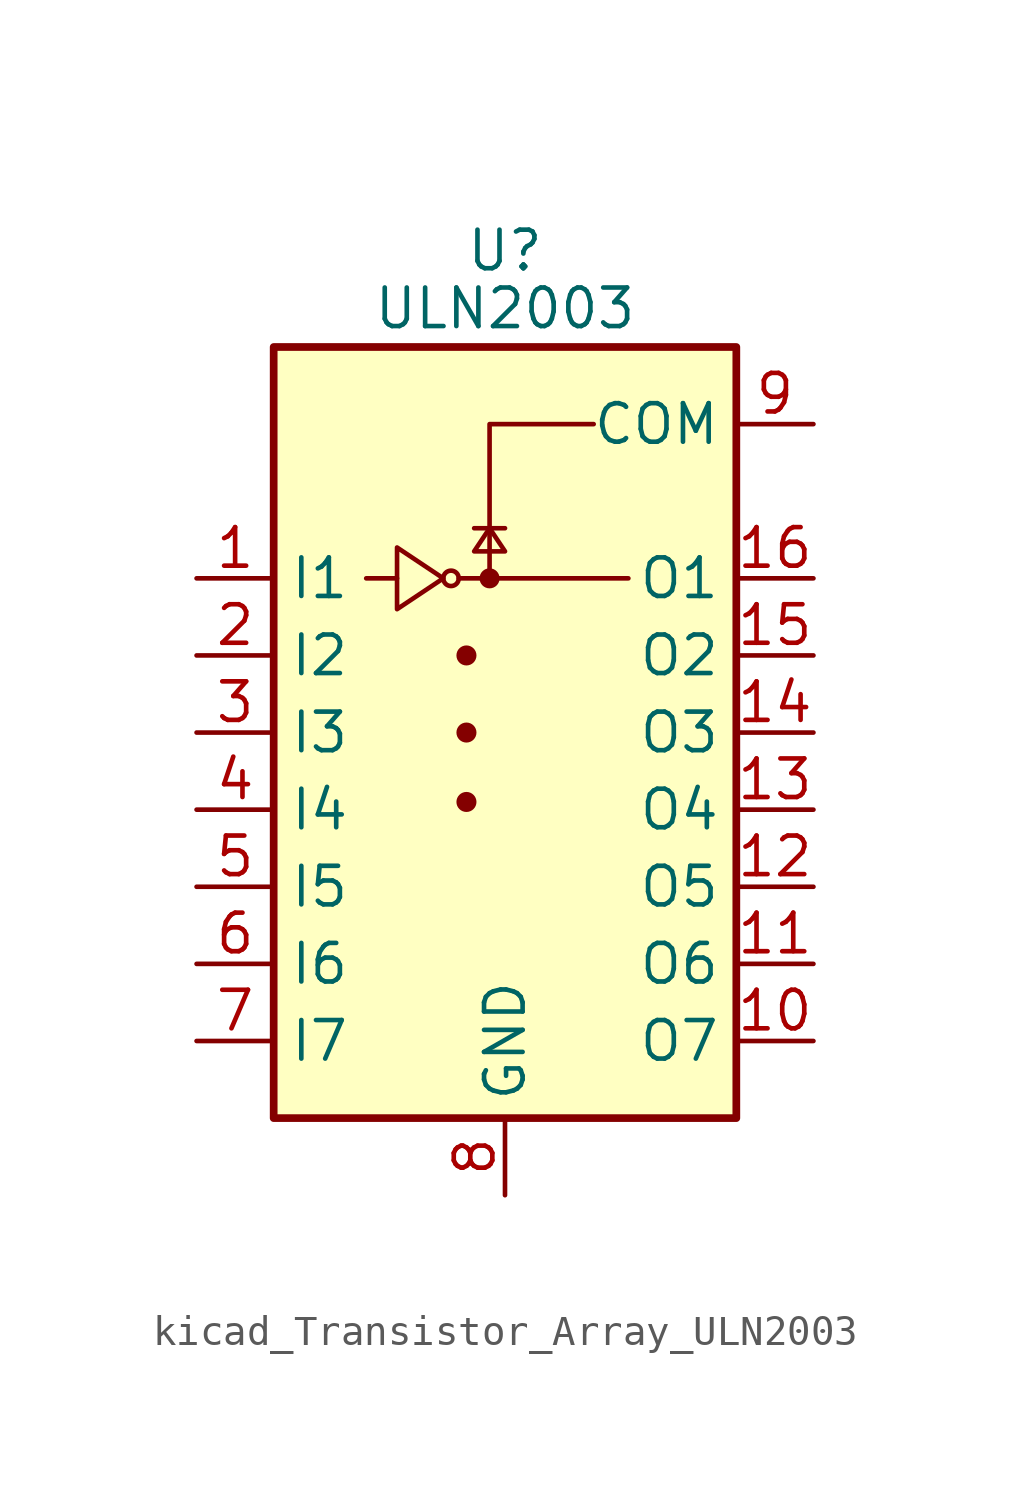
<source format=kicad_sym>
(kicad_symbol_lib
  (version 20220914)
  (generator kicad_symbol_editor)
  (symbol "kicad_Transistor_Array_ULN2003"
    (property "Reference" "U"
      (at 0 15.875 0)
      (effects (font (size 1.27 1.27))))
    (property "Value" "ULN2003"
      (at 0 13.97 0)
      (effects (font (size 1.27 1.27))))
    (symbol "kicad_Transistor_Array_ULN2003_0_1"
      (rectangle (start -7.62 -12.7) (end 7.62 12.7) (stroke (width 0.254) (type default)) (fill (type background)))
      (circle (center -1.778 5.08) (radius 0.254) (stroke (width 0) (type default)) (fill (type none)))
      (circle (center -1.27 -2.286) (radius 0.254) (stroke (width 0) (type default)) (fill (type outline)))
      (circle (center -1.27 0) (radius 0.254) (stroke (width 0) (type default)) (fill (type outline)))
      (circle (center -1.27 2.54) (radius 0.254) (stroke (width 0) (type default)) (fill (type outline)))
      (circle (center -0.508 5.08) (radius 0.254) (stroke (width 0) (type default)) (fill (type outline)))
      (polyline (pts (xy -4.572 5.08) (xy -3.556 5.08)) (stroke (width 0) (type default)) (fill (type none)))
      (polyline (pts (xy -1.524 5.08) (xy 4.064 5.08)) (stroke (width 0) (type default)) (fill (type none)))
      (polyline (pts (xy 0 6.731) (xy -1.016 6.731)) (stroke (width 0) (type default)) (fill (type none)))
      (polyline (pts (xy -0.508 5.08) (xy -0.508 10.16) (xy 2.921 10.16)) (stroke (width 0) (type default)) (fill (type none)))
      (polyline (pts (xy -3.556 6.096) (xy -3.556 4.064) (xy -2.032 5.08) (xy -3.556 6.096)) (stroke (width 0) (type default)) (fill (type none)))
      (polyline (pts (xy 0 5.969) (xy -1.016 5.969) (xy -0.508 6.731) (xy 0 5.969)) (stroke (width 0) (type default)) (fill (type none))))
    (symbol "kicad_Transistor_Array_ULN2003_1_1"
      (pin input line (at -10.16 5.08 0) (length 2.54) (name "I1" (effects (font (size 1.27 1.27)))) (number "1" (effects (font (size 1.27 1.27)))))
      (pin open_collector line (at 10.16 -10.16 180) (length 2.54) (name "O7" (effects (font (size 1.27 1.27)))) (number "10" (effects (font (size 1.27 1.27)))))
      (pin open_collector line (at 10.16 -7.62 180) (length 2.54) (name "O6" (effects (font (size 1.27 1.27)))) (number "11" (effects (font (size 1.27 1.27)))))
      (pin open_collector line (at 10.16 -5.08 180) (length 2.54) (name "O5" (effects (font (size 1.27 1.27)))) (number "12" (effects (font (size 1.27 1.27)))))
      (pin open_collector line (at 10.16 -2.54 180) (length 2.54) (name "O4" (effects (font (size 1.27 1.27)))) (number "13" (effects (font (size 1.27 1.27)))))
      (pin open_collector line (at 10.16 0 180) (length 2.54) (name "O3" (effects (font (size 1.27 1.27)))) (number "14" (effects (font (size 1.27 1.27)))))
      (pin open_collector line (at 10.16 2.54 180) (length 2.54) (name "O2" (effects (font (size 1.27 1.27)))) (number "15" (effects (font (size 1.27 1.27)))))
      (pin open_collector line (at 10.16 5.08 180) (length 2.54) (name "O1" (effects (font (size 1.27 1.27)))) (number "16" (effects (font (size 1.27 1.27)))))
      (pin input line (at -10.16 2.54 0) (length 2.54) (name "I2" (effects (font (size 1.27 1.27)))) (number "2" (effects (font (size 1.27 1.27)))))
      (pin input line (at -10.16 0 0) (length 2.54) (name "I3" (effects (font (size 1.27 1.27)))) (number "3" (effects (font (size 1.27 1.27)))))
      (pin input line (at -10.16 -2.54 0) (length 2.54) (name "I4" (effects (font (size 1.27 1.27)))) (number "4" (effects (font (size 1.27 1.27)))))
      (pin input line (at -10.16 -5.08 0) (length 2.54) (name "I5" (effects (font (size 1.27 1.27)))) (number "5" (effects (font (size 1.27 1.27)))))
      (pin input line (at -10.16 -7.62 0) (length 2.54) (name "I6" (effects (font (size 1.27 1.27)))) (number "6" (effects (font (size 1.27 1.27)))))
      (pin input line (at -10.16 -10.16 0) (length 2.54) (name "I7" (effects (font (size 1.27 1.27)))) (number "7" (effects (font (size 1.27 1.27)))))
      (pin power_in line (at 0 -15.24 90) (length 2.54) (name "GND" (effects (font (size 1.27 1.27)))) (number "8" (effects (font (size 1.27 1.27)))))
      (pin passive line (at 10.16 10.16 180) (length 2.54) (name "COM" (effects (font (size 1.27 1.27)))) (number "9" (effects (font (size 1.27 1.27))))))))
</source>
